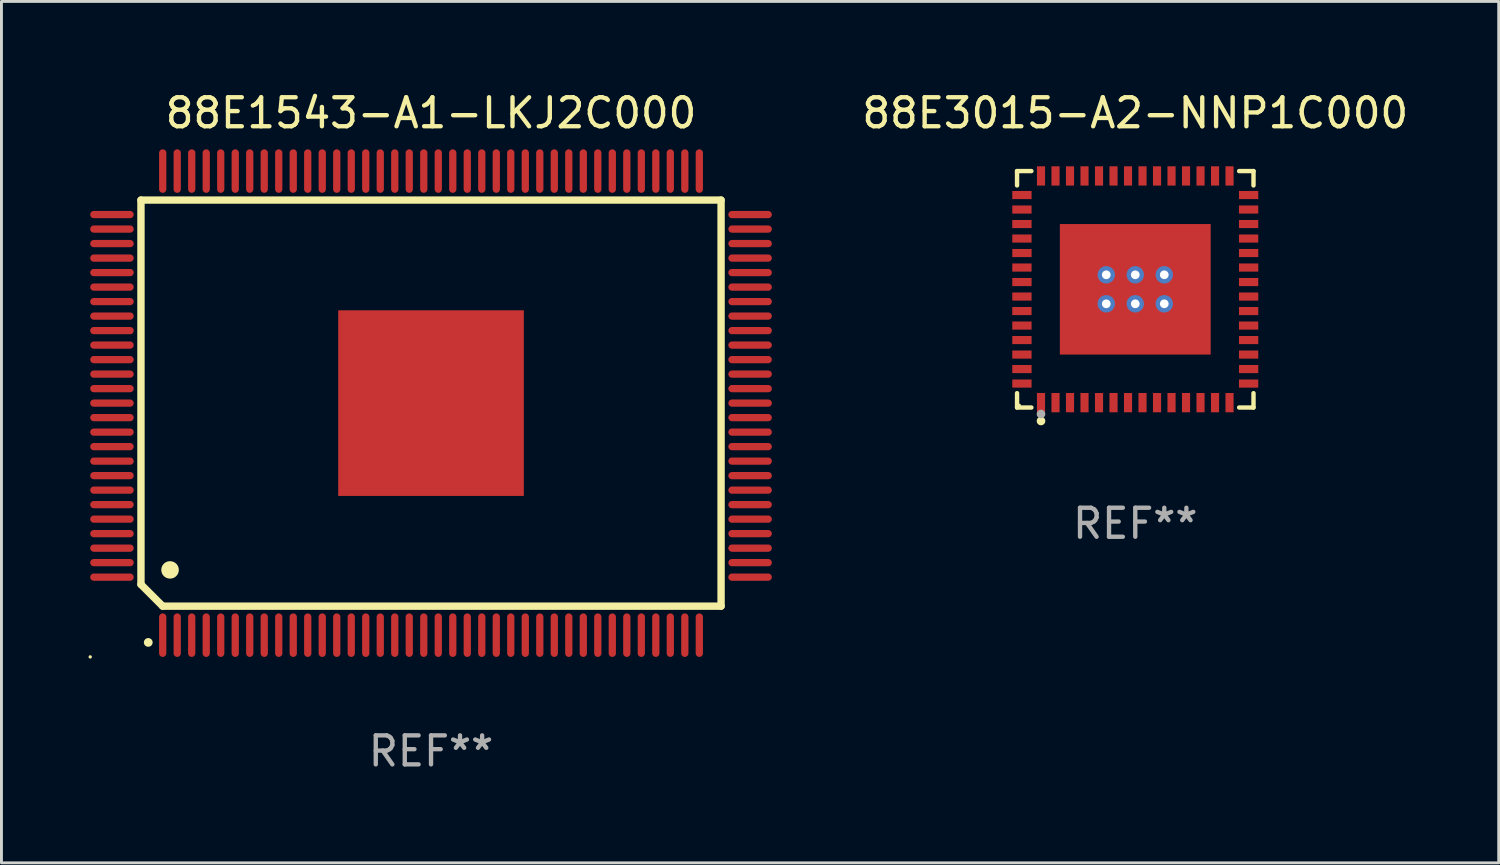
<source format=kicad_pcb>
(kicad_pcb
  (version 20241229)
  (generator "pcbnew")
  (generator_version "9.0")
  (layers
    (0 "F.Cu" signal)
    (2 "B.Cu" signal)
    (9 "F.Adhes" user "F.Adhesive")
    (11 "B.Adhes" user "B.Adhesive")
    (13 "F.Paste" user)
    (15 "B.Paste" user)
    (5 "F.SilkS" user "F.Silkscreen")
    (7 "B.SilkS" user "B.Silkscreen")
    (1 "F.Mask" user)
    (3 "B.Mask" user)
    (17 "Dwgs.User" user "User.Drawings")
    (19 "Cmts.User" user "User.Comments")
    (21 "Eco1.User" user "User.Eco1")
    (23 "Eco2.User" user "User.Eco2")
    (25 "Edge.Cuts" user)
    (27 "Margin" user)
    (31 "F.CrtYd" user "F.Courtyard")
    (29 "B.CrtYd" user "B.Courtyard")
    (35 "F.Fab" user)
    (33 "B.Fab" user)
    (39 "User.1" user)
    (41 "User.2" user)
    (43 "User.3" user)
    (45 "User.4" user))
  (footprint "88E3015-A2-NNP1C000"
    (layer "F.Cu")
    (at 36.09 6.924)
    (property "Reference" "88E3015-A2-NNP1C000" (at 0 -6.076 0) (layer "F.SilkS") (effects (font (size 1 1) (thickness 0.15))))
    (attr through_hole)
    (fp_line (start -4.076 -4.076) (end -3.581 -4.076) (stroke (width 0.152) (type solid)) (layer "F.SilkS"))
    (fp_line (start -4.076 -3.581) (end -4.076 -4.076) (stroke (width 0.152) (type solid)) (layer "F.SilkS"))
    (fp_line (start -4.076 3.581) (end -4.076 4.076) (stroke (width 0.152) (type solid)) (layer "F.SilkS"))
    (fp_line (start -4.076 4.076) (end -3.581 4.076) (stroke (width 0.152) (type solid)) (layer "F.SilkS"))
    (fp_line (start 4.076 -4.076) (end 3.581 -4.076) (stroke (width 0.152) (type solid)) (layer "F.SilkS"))
    (fp_line (start 4.076 -3.581) (end 4.076 -4.076) (stroke (width 0.152) (type solid)) (layer "F.SilkS"))
    (fp_line (start 4.076 3.581) (end 4.076 4.076) (stroke (width 0.152) (type solid)) (layer "F.SilkS"))
    (fp_line (start 4.076 4.076) (end 3.581 4.076) (stroke (width 0.152) (type solid)) (layer "F.SilkS"))
    (fp_circle (center -4 4) (end -3.97 4) (stroke (width 0.06) (type solid)) (fill no) (layer "F.SilkS"))
    (fp_circle (center -3.25 4.54) (end -3.175 4.54) (stroke (width 0.15) (type solid)) (fill no) (layer "F.SilkS"))
    (fp_circle (center -3.25 4.3) (end -3.175 4.3) (stroke (width 0.15) (type solid)) (fill no) (layer "F.Fab"))
    (fp_text user "REF**" (at 0 8.076 0) (layer "F.Fab") (effects (font (size 1 1) (thickness 0.15))))
    (pad "1" smd rect (at -3.25 3.908) (size 0.28 0.665) (layers "F.Cu" "F.Mask" "F.Paste"))
    (pad "2" smd rect (at -2.75 3.908) (size 0.28 0.665) (layers "F.Cu" "F.Mask" "F.Paste"))
    (pad "3" smd rect (at -2.25 3.908) (size 0.28 0.665) (layers "F.Cu" "F.Mask" "F.Paste"))
    (pad "4" smd rect (at -1.75 3.908) (size 0.28 0.665) (layers "F.Cu" "F.Mask" "F.Paste"))
    (pad "5" smd rect (at -1.25 3.908) (size 0.28 0.665) (layers "F.Cu" "F.Mask" "F.Paste"))
    (pad "6" smd rect (at -0.75 3.908) (size 0.28 0.665) (layers "F.Cu" "F.Mask" "F.Paste"))
    (pad "7" smd rect (at -0.25 3.908) (size 0.28 0.665) (layers "F.Cu" "F.Mask" "F.Paste"))
    (pad "8" smd rect (at 0.25 3.908) (size 0.28 0.665) (layers "F.Cu" "F.Mask" "F.Paste"))
    (pad "9" smd rect (at 0.75 3.908) (size 0.28 0.665) (layers "F.Cu" "F.Mask" "F.Paste"))
    (pad "10" smd rect (at 1.25 3.908) (size 0.28 0.665) (layers "F.Cu" "F.Mask" "F.Paste"))
    (pad "11" smd rect (at 1.75 3.908) (size 0.28 0.665) (layers "F.Cu" "F.Mask" "F.Paste"))
    (pad "12" smd rect (at 2.25 3.908) (size 0.28 0.665) (layers "F.Cu" "F.Mask" "F.Paste"))
    (pad "13" smd rect (at 2.75 3.908) (size 0.28 0.665) (layers "F.Cu" "F.Mask" "F.Paste"))
    (pad "14" smd rect (at 3.25 3.908) (size 0.28 0.665) (layers "F.Cu" "F.Mask" "F.Paste"))
    (pad "15" smd rect (at 3.908 3.25) (size 0.665 0.28) (layers "F.Cu" "F.Mask" "F.Paste"))
    (pad "16" smd rect (at 3.908 2.75) (size 0.665 0.28) (layers "F.Cu" "F.Mask" "F.Paste"))
    (pad "17" smd rect (at 3.908 2.25) (size 0.665 0.28) (layers "F.Cu" "F.Mask" "F.Paste"))
    (pad "18" smd rect (at 3.908 1.75) (size 0.665 0.28) (layers "F.Cu" "F.Mask" "F.Paste"))
    (pad "19" smd rect (at 3.908 1.25) (size 0.665 0.28) (layers "F.Cu" "F.Mask" "F.Paste"))
    (pad "20" smd rect (at 3.908 0.75) (size 0.665 0.28) (layers "F.Cu" "F.Mask" "F.Paste"))
    (pad "21" smd rect (at 3.908 0.25) (size 0.665 0.28) (layers "F.Cu" "F.Mask" "F.Paste"))
    (pad "22" smd rect (at 3.908 -0.25) (size 0.665 0.28) (layers "F.Cu" "F.Mask" "F.Paste"))
    (pad "23" smd rect (at 3.908 -0.75) (size 0.665 0.28) (layers "F.Cu" "F.Mask" "F.Paste"))
    (pad "24" smd rect (at 3.908 -1.25) (size 0.665 0.28) (layers "F.Cu" "F.Mask" "F.Paste"))
    (pad "25" smd rect (at 3.908 -1.75) (size 0.665 0.28) (layers "F.Cu" "F.Mask" "F.Paste"))
    (pad "26" smd rect (at 3.908 -2.25) (size 0.665 0.28) (layers "F.Cu" "F.Mask" "F.Paste"))
    (pad "27" smd rect (at 3.908 -2.75) (size 0.665 0.28) (layers "F.Cu" "F.Mask" "F.Paste"))
    (pad "28" smd rect (at 3.908 -3.25) (size 0.665 0.28) (layers "F.Cu" "F.Mask" "F.Paste"))
    (pad "29" smd rect (at 3.25 -3.908) (size 0.28 0.665) (layers "F.Cu" "F.Mask" "F.Paste"))
    (pad "30" smd rect (at 2.75 -3.908) (size 0.28 0.665) (layers "F.Cu" "F.Mask" "F.Paste"))
    (pad "31" smd rect (at 2.25 -3.908) (size 0.28 0.665) (layers "F.Cu" "F.Mask" "F.Paste"))
    (pad "32" smd rect (at 1.75 -3.908) (size 0.28 0.665) (layers "F.Cu" "F.Mask" "F.Paste"))
    (pad "33" smd rect (at 1.25 -3.908) (size 0.28 0.665) (layers "F.Cu" "F.Mask" "F.Paste"))
    (pad "34" smd rect (at 0.75 -3.908) (size 0.28 0.665) (layers "F.Cu" "F.Mask" "F.Paste"))
    (pad "35" smd rect (at 0.25 -3.908) (size 0.28 0.665) (layers "F.Cu" "F.Mask" "F.Paste"))
    (pad "36" smd rect (at -0.25 -3.908) (size 0.28 0.665) (layers "F.Cu" "F.Mask" "F.Paste"))
    (pad "37" smd rect (at -0.75 -3.908) (size 0.28 0.665) (layers "F.Cu" "F.Mask" "F.Paste"))
    (pad "38" smd rect (at -1.25 -3.908) (size 0.28 0.665) (layers "F.Cu" "F.Mask" "F.Paste"))
    (pad "39" smd rect (at -1.75 -3.908) (size 0.28 0.665) (layers "F.Cu" "F.Mask" "F.Paste"))
    (pad "40" smd rect (at -2.25 -3.908) (size 0.28 0.665) (layers "F.Cu" "F.Mask" "F.Paste"))
    (pad "41" smd rect (at -2.75 -3.908) (size 0.28 0.665) (layers "F.Cu" "F.Mask" "F.Paste"))
    (pad "42" smd rect (at -3.25 -3.908) (size 0.28 0.665) (layers "F.Cu" "F.Mask" "F.Paste"))
    (pad "43" smd rect (at -3.908 -3.25) (size 0.665 0.28) (layers "F.Cu" "F.Mask" "F.Paste"))
    (pad "44" smd rect (at -3.908 -2.75) (size 0.665 0.28) (layers "F.Cu" "F.Mask" "F.Paste"))
    (pad "45" smd rect (at -3.908 -2.25) (size 0.665 0.28) (layers "F.Cu" "F.Mask" "F.Paste"))
    (pad "46" smd rect (at -3.908 -1.75) (size 0.665 0.28) (layers "F.Cu" "F.Mask" "F.Paste"))
    (pad "47" smd rect (at -3.908 -1.25) (size 0.665 0.28) (layers "F.Cu" "F.Mask" "F.Paste"))
    (pad "48" smd rect (at -3.908 -0.75) (size 0.665 0.28) (layers "F.Cu" "F.Mask" "F.Paste"))
    (pad "49" smd rect (at -3.908 -0.25) (size 0.665 0.28) (layers "F.Cu" "F.Mask" "F.Paste"))
    (pad "50" smd rect (at -3.908 0.25) (size 0.665 0.28) (layers "F.Cu" "F.Mask" "F.Paste"))
    (pad "51" smd rect (at -3.908 0.75) (size 0.665 0.28) (layers "F.Cu" "F.Mask" "F.Paste"))
    (pad "52" smd rect (at -3.908 1.25) (size 0.665 0.28) (layers "F.Cu" "F.Mask" "F.Paste"))
    (pad "53" smd rect (at -3.908 1.75) (size 0.665 0.28) (layers "F.Cu" "F.Mask" "F.Paste"))
    (pad "54" smd rect (at -3.908 2.25) (size 0.665 0.28) (layers "F.Cu" "F.Mask" "F.Paste"))
    (pad "55" smd rect (at -3.908 2.75) (size 0.665 0.28) (layers "F.Cu" "F.Mask" "F.Paste"))
    (pad "56" smd rect (at -3.908 3.25) (size 0.665 0.28) (layers "F.Cu" "F.Mask" "F.Paste"))
    (pad "57" thru_hole circle (at -1 -0.5) (size 0.6 0.6) (drill 0.3) (layers "*.Cu" "*.Mask"))
    (pad "57" thru_hole circle (at -1 0.5) (size 0.6 0.6) (drill 0.3) (layers "*.Cu" "*.Mask"))
    (pad "57" thru_hole circle (at 0 -0.5) (size 0.6 0.6) (drill 0.3) (layers "*.Cu" "*.Mask"))
    (pad "57" smd rect (at 0 0) (size 5.2 4.5) (layers "F.Cu" "F.Mask" "F.Paste"))
    (pad "57" thru_hole circle (at 0 0.5) (size 0.6 0.6) (drill 0.3) (layers "*.Cu" "*.Mask"))
    (pad "57" thru_hole circle (at 1 -0.5) (size 0.6 0.6) (drill 0.3) (layers "*.Cu" "*.Mask"))
    (pad "57" thru_hole circle (at 1 0.5) (size 0.6 0.6) (drill 0.3) (layers "*.Cu" "*.Mask")))
  (footprint "88E1543-A1-LKJ2C000"
    (layer "F.Cu")
    (at 11.81 10.848)
    (property "Reference" "88E1543-A1-LKJ2C000" (at 0 -10 0) (layer "F.SilkS") (effects (font (size 1 1) (thickness 0.15))))
    (attr through_hole)
    (fp_line (start -10 -7) (end -10 6.25) (stroke (width 0.254) (type solid)) (layer "F.SilkS"))
    (fp_line (start -10 -7) (end 10 -7) (stroke (width 0.254) (type solid)) (layer "F.SilkS"))
    (fp_line (start -9.252 7) (end -10 6.252) (stroke (width 0.254) (type solid)) (layer "F.SilkS"))
    (fp_line (start 10 -7) (end 10 7) (stroke (width 0.254) (type solid)) (layer "F.SilkS"))
    (fp_line (start 10 7) (end -9.252 7) (stroke (width 0.254) (type solid)) (layer "F.SilkS"))
    (fp_arc (start -9.750013 8.250013) (mid -9.748743 8.250008) (end -9.747473 8.250013) (stroke (width 0.3) (type solid)) (layer "F.SilkS"))
    (fp_arc (start -9.000025 5.750013) (mid -8.997485 5.750002) (end -8.994945 5.750013) (stroke (width 0.6) (type solid)) (layer "F.SilkS"))
    (fp_circle (center -11.75 8.75) (end -11.72 8.75) (stroke (width 0.06) (type solid)) (fill no) (layer "F.SilkS"))
    (fp_text user "REF**" (at 0 12 0) (layer "F.Fab") (effects (font (size 1 1) (thickness 0.15))))
    (pad "1" smd oval (at -9.25 8) (size 0.25 1.5) (layers "F.Cu" "F.Mask" "F.Paste"))
    (pad "2" smd oval (at -8.75 8) (size 0.25 1.5) (layers "F.Cu" "F.Mask" "F.Paste"))
    (pad "3" smd oval (at -8.25 8) (size 0.25 1.5) (layers "F.Cu" "F.Mask" "F.Paste"))
    (pad "4" smd oval (at -7.75 8) (size 0.25 1.5) (layers "F.Cu" "F.Mask" "F.Paste"))
    (pad "5" smd oval (at -7.25 8) (size 0.25 1.5) (layers "F.Cu" "F.Mask" "F.Paste"))
    (pad "6" smd oval (at -6.75 8) (size 0.25 1.5) (layers "F.Cu" "F.Mask" "F.Paste"))
    (pad "7" smd oval (at -6.25 8) (size 0.25 1.5) (layers "F.Cu" "F.Mask" "F.Paste"))
    (pad "8" smd oval (at -5.75 8) (size 0.25 1.5) (layers "F.Cu" "F.Mask" "F.Paste"))
    (pad "9" smd oval (at -5.25 8) (size 0.25 1.5) (layers "F.Cu" "F.Mask" "F.Paste"))
    (pad "10" smd oval (at -4.75 8) (size 0.25 1.5) (layers "F.Cu" "F.Mask" "F.Paste"))
    (pad "11" smd oval (at -4.25 8) (size 0.25 1.5) (layers "F.Cu" "F.Mask" "F.Paste"))
    (pad "12" smd oval (at -3.75 8) (size 0.25 1.5) (layers "F.Cu" "F.Mask" "F.Paste"))
    (pad "13" smd oval (at -3.25 8) (size 0.25 1.5) (layers "F.Cu" "F.Mask" "F.Paste"))
    (pad "14" smd oval (at -2.75 8) (size 0.25 1.5) (layers "F.Cu" "F.Mask" "F.Paste"))
    (pad "15" smd oval (at -2.25 8) (size 0.25 1.5) (layers "F.Cu" "F.Mask" "F.Paste"))
    (pad "16" smd oval (at -1.75 8) (size 0.25 1.5) (layers "F.Cu" "F.Mask" "F.Paste"))
    (pad "17" smd oval (at -1.25 8) (size 0.25 1.5) (layers "F.Cu" "F.Mask" "F.Paste"))
    (pad "18" smd oval (at -0.75 8) (size 0.25 1.5) (layers "F.Cu" "F.Mask" "F.Paste"))
    (pad "19" smd oval (at -0.25 8) (size 0.25 1.5) (layers "F.Cu" "F.Mask" "F.Paste"))
    (pad "20" smd oval (at 0.25 8) (size 0.25 1.5) (layers "F.Cu" "F.Mask" "F.Paste"))
    (pad "21" smd oval (at 0.75 8) (size 0.25 1.5) (layers "F.Cu" "F.Mask" "F.Paste"))
    (pad "22" smd oval (at 1.25 8) (size 0.25 1.5) (layers "F.Cu" "F.Mask" "F.Paste"))
    (pad "23" smd oval (at 1.75 8) (size 0.25 1.5) (layers "F.Cu" "F.Mask" "F.Paste"))
    (pad "24" smd oval (at 2.25 8) (size 0.25 1.5) (layers "F.Cu" "F.Mask" "F.Paste"))
    (pad "25" smd oval (at 2.75 8) (size 0.25 1.5) (layers "F.Cu" "F.Mask" "F.Paste"))
    (pad "26" smd oval (at 3.25 8) (size 0.25 1.5) (layers "F.Cu" "F.Mask" "F.Paste"))
    (pad "27" smd oval (at 3.75 8) (size 0.25 1.5) (layers "F.Cu" "F.Mask" "F.Paste"))
    (pad "28" smd oval (at 4.25 8) (size 0.25 1.5) (layers "F.Cu" "F.Mask" "F.Paste"))
    (pad "29" smd oval (at 4.75 8) (size 0.25 1.5) (layers "F.Cu" "F.Mask" "F.Paste"))
    (pad "30" smd oval (at 5.25 8) (size 0.25 1.5) (layers "F.Cu" "F.Mask" "F.Paste"))
    (pad "31" smd oval (at 5.75 8) (size 0.25 1.5) (layers "F.Cu" "F.Mask" "F.Paste"))
    (pad "32" smd oval (at 6.25 8) (size 0.25 1.5) (layers "F.Cu" "F.Mask" "F.Paste"))
    (pad "33" smd oval (at 6.75 8 180) (size 0.25 1.5) (layers "F.Cu" "F.Mask" "F.Paste"))
    (pad "34" smd oval (at 7.25 8 180) (size 0.25 1.5) (layers "F.Cu" "F.Mask" "F.Paste"))
    (pad "35" smd oval (at 7.75 8 180) (size 0.25 1.5) (layers "F.Cu" "F.Mask" "F.Paste"))
    (pad "36" smd oval (at 8.25 8 180) (size 0.25 1.5) (layers "F.Cu" "F.Mask" "F.Paste"))
    (pad "37" smd oval (at 8.75 8 180) (size 0.25 1.5) (layers "F.Cu" "F.Mask" "F.Paste"))
    (pad "38" smd oval (at 9.25 8 180) (size 0.25 1.5) (layers "F.Cu" "F.Mask" "F.Paste"))
    (pad "39" smd oval (at 11 6 270) (size 0.25 1.5) (layers "F.Cu" "F.Mask" "F.Paste"))
    (pad "40" smd oval (at 11 5.5 270) (size 0.25 1.5) (layers "F.Cu" "F.Mask" "F.Paste"))
    (pad "41" smd oval (at 11 5 270) (size 0.25 1.5) (layers "F.Cu" "F.Mask" "F.Paste"))
    (pad "42" smd oval (at 11 4.5 270) (size 0.25 1.5) (layers "F.Cu" "F.Mask" "F.Paste"))
    (pad "43" smd oval (at 11 4 270) (size 0.25 1.5) (layers "F.Cu" "F.Mask" "F.Paste"))
    (pad "44" smd oval (at 11 3.5 270) (size 0.25 1.5) (layers "F.Cu" "F.Mask" "F.Paste"))
    (pad "45" smd oval (at 11 3 270) (size 0.25 1.5) (layers "F.Cu" "F.Mask" "F.Paste"))
    (pad "46" smd oval (at 11 2.5 270) (size 0.25 1.5) (layers "F.Cu" "F.Mask" "F.Paste"))
    (pad "47" smd oval (at 11 2 270) (size 0.25 1.5) (layers "F.Cu" "F.Mask" "F.Paste"))
    (pad "48" smd oval (at 11 1.5 270) (size 0.25 1.5) (layers "F.Cu" "F.Mask" "F.Paste"))
    (pad "49" smd oval (at 11 1 270) (size 0.25 1.5) (layers "F.Cu" "F.Mask" "F.Paste"))
    (pad "50" smd oval (at 11 0.5 270) (size 0.25 1.5) (layers "F.Cu" "F.Mask" "F.Paste"))
    (pad "51" smd oval (at 11 0 270) (size 0.25 1.5) (layers "F.Cu" "F.Mask" "F.Paste"))
    (pad "52" smd oval (at 11 -0.5 270) (size 0.25 1.5) (layers "F.Cu" "F.Mask" "F.Paste"))
    (pad "53" smd oval (at 11 -1 270) (size 0.25 1.5) (layers "F.Cu" "F.Mask" "F.Paste"))
    (pad "54" smd oval (at 11 -1.5 270) (size 0.25 1.5) (layers "F.Cu" "F.Mask" "F.Paste"))
    (pad "55" smd oval (at 11 -2 270) (size 0.25 1.5) (layers "F.Cu" "F.Mask" "F.Paste"))
    (pad "56" smd oval (at 11 -2.5 270) (size 0.25 1.5) (layers "F.Cu" "F.Mask" "F.Paste"))
    (pad "57" smd oval (at 11 -3 270) (size 0.25 1.5) (layers "F.Cu" "F.Mask" "F.Paste"))
    (pad "58" smd oval (at 11 -3.5 270) (size 0.25 1.5) (layers "F.Cu" "F.Mask" "F.Paste"))
    (pad "59" smd oval (at 11 -4 270) (size 0.25 1.5) (layers "F.Cu" "F.Mask" "F.Paste"))
    (pad "60" smd oval (at 11 -4.5 270) (size 0.25 1.5) (layers "F.Cu" "F.Mask" "F.Paste"))
    (pad "61" smd oval (at 11 -5 270) (size 0.25 1.5) (layers "F.Cu" "F.Mask" "F.Paste"))
    (pad "62" smd oval (at 11 -5.5 270) (size 0.25 1.5) (layers "F.Cu" "F.Mask" "F.Paste"))
    (pad "63" smd oval (at 11 -6 270) (size 0.25 1.5) (layers "F.Cu" "F.Mask" "F.Paste"))
    (pad "64" smd oval (at 11 -6.5 270) (size 0.25 1.5) (layers "F.Cu" "F.Mask" "F.Paste"))
    (pad "65" smd oval (at 9.25 -8 180) (size 0.25 1.5) (layers "F.Cu" "F.Mask" "F.Paste"))
    (pad "66" smd oval (at 8.75 -8 180) (size 0.25 1.5) (layers "F.Cu" "F.Mask" "F.Paste"))
    (pad "67" smd oval (at 8.25 -8 180) (size 0.25 1.5) (layers "F.Cu" "F.Mask" "F.Paste"))
    (pad "68" smd oval (at 7.75 -8 180) (size 0.25 1.5) (layers "F.Cu" "F.Mask" "F.Paste"))
    (pad "69" smd oval (at 7.25 -8 180) (size 0.25 1.5) (layers "F.Cu" "F.Mask" "F.Paste"))
    (pad "70" smd oval (at 6.75 -8 180) (size 0.25 1.5) (layers "F.Cu" "F.Mask" "F.Paste"))
    (pad "71" smd oval (at 6.25 -8 180) (size 0.25 1.5) (layers "F.Cu" "F.Mask" "F.Paste"))
    (pad "72" smd oval (at 5.75 -8 180) (size 0.25 1.5) (layers "F.Cu" "F.Mask" "F.Paste"))
    (pad "73" smd oval (at 5.25 -8 180) (size 0.25 1.5) (layers "F.Cu" "F.Mask" "F.Paste"))
    (pad "74" smd oval (at 4.75 -8 180) (size 0.25 1.5) (layers "F.Cu" "F.Mask" "F.Paste"))
    (pad "75" smd oval (at 4.25 -8 180) (size 0.25 1.5) (layers "F.Cu" "F.Mask" "F.Paste"))
    (pad "76" smd oval (at 3.75 -8 180) (size 0.25 1.5) (layers "F.Cu" "F.Mask" "F.Paste"))
    (pad "77" smd oval (at 3.25 -8 180) (size 0.25 1.5) (layers "F.Cu" "F.Mask" "F.Paste"))
    (pad "78" smd oval (at 2.75 -8 180) (size 0.25 1.5) (layers "F.Cu" "F.Mask" "F.Paste"))
    (pad "79" smd oval (at 2.25 -8 180) (size 0.25 1.5) (layers "F.Cu" "F.Mask" "F.Paste"))
    (pad "80" smd oval (at 1.75 -8 180) (size 0.25 1.5) (layers "F.Cu" "F.Mask" "F.Paste"))
    (pad "81" smd oval (at 1.25 -8 180) (size 0.25 1.5) (layers "F.Cu" "F.Mask" "F.Paste"))
    (pad "82" smd oval (at 0.75 -8 180) (size 0.25 1.5) (layers "F.Cu" "F.Mask" "F.Paste"))
    (pad "83" smd oval (at 0.25 -8 180) (size 0.25 1.5) (layers "F.Cu" "F.Mask" "F.Paste"))
    (pad "84" smd oval (at -0.25 -8 180) (size 0.25 1.5) (layers "F.Cu" "F.Mask" "F.Paste"))
    (pad "85" smd oval (at -0.75 -8 180) (size 0.25 1.5) (layers "F.Cu" "F.Mask" "F.Paste"))
    (pad "86" smd oval (at -1.25 -8 180) (size 0.25 1.5) (layers "F.Cu" "F.Mask" "F.Paste"))
    (pad "87" smd oval (at -1.75 -8 180) (size 0.25 1.5) (layers "F.Cu" "F.Mask" "F.Paste"))
    (pad "88" smd oval (at -2.25 -8 180) (size 0.25 1.5) (layers "F.Cu" "F.Mask" "F.Paste"))
    (pad "89" smd oval (at -2.75 -8 180) (size 0.25 1.5) (layers "F.Cu" "F.Mask" "F.Paste"))
    (pad "90" smd oval (at -3.25 -8 180) (size 0.25 1.5) (layers "F.Cu" "F.Mask" "F.Paste"))
    (pad "91" smd oval (at -3.75 -8 180) (size 0.25 1.5) (layers "F.Cu" "F.Mask" "F.Paste"))
    (pad "92" smd oval (at -4.25 -8 180) (size 0.25 1.5) (layers "F.Cu" "F.Mask" "F.Paste"))
    (pad "93" smd oval (at -4.75 -8 180) (size 0.25 1.5) (layers "F.Cu" "F.Mask" "F.Paste"))
    (pad "94" smd oval (at -5.25 -8 180) (size 0.25 1.5) (layers "F.Cu" "F.Mask" "F.Paste"))
    (pad "95" smd oval (at -5.75 -8 180) (size 0.25 1.5) (layers "F.Cu" "F.Mask" "F.Paste"))
    (pad "96" smd oval (at -6.25 -8 180) (size 0.25 1.5) (layers "F.Cu" "F.Mask" "F.Paste"))
    (pad "97" smd oval (at -6.75 -8 180) (size 0.25 1.5) (layers "F.Cu" "F.Mask" "F.Paste"))
    (pad "98" smd oval (at -7.25 -8 180) (size 0.25 1.5) (layers "F.Cu" "F.Mask" "F.Paste"))
    (pad "99" smd oval (at -7.75 -8 180) (size 0.25 1.5) (layers "F.Cu" "F.Mask" "F.Paste"))
    (pad "100" smd oval (at -8.25 -8 180) (size 0.25 1.5) (layers "F.Cu" "F.Mask" "F.Paste"))
    (pad "101" smd oval (at -8.75 -8 180) (size 0.25 1.5) (layers "F.Cu" "F.Mask" "F.Paste"))
    (pad "102" smd oval (at -9.25 -8) (size 0.25 1.5) (layers "F.Cu" "F.Mask" "F.Paste"))
    (pad "103" smd oval (at -11 -6.5 270) (size 0.25 1.5) (layers "F.Cu" "F.Mask" "F.Paste"))
    (pad "104" smd oval (at -11 -6 270) (size 0.25 1.5) (layers "F.Cu" "F.Mask" "F.Paste"))
    (pad "105" smd oval (at -11 -5.5 270) (size 0.25 1.5) (layers "F.Cu" "F.Mask" "F.Paste"))
    (pad "106" smd oval (at -11 -5 270) (size 0.25 1.5) (layers "F.Cu" "F.Mask" "F.Paste"))
    (pad "107" smd oval (at -11 -4.5 270) (size 0.25 1.5) (layers "F.Cu" "F.Mask" "F.Paste"))
    (pad "108" smd oval (at -11 -4 270) (size 0.25 1.5) (layers "F.Cu" "F.Mask" "F.Paste"))
    (pad "109" smd oval (at -11 -3.5 270) (size 0.25 1.5) (layers "F.Cu" "F.Mask" "F.Paste"))
    (pad "110" smd oval (at -11 -3 270) (size 0.25 1.5) (layers "F.Cu" "F.Mask" "F.Paste"))
    (pad "111" smd oval (at -11 -2.5 270) (size 0.25 1.5) (layers "F.Cu" "F.Mask" "F.Paste"))
    (pad "112" smd oval (at -11 -2 270) (size 0.25 1.5) (layers "F.Cu" "F.Mask" "F.Paste"))
    (pad "113" smd oval (at -11 -1.5 270) (size 0.25 1.5) (layers "F.Cu" "F.Mask" "F.Paste"))
    (pad "114" smd oval (at -11 -1 270) (size 0.25 1.5) (layers "F.Cu" "F.Mask" "F.Paste"))
    (pad "115" smd oval (at -11 -0.5 270) (size 0.25 1.5) (layers "F.Cu" "F.Mask" "F.Paste"))
    (pad "116" smd oval (at -11 0 270) (size 0.25 1.5) (layers "F.Cu" "F.Mask" "F.Paste"))
    (pad "117" smd oval (at -11 0.5 270) (size 0.25 1.5) (layers "F.Cu" "F.Mask" "F.Paste"))
    (pad "118" smd oval (at -11 1 270) (size 0.25 1.5) (layers "F.Cu" "F.Mask" "F.Paste"))
    (pad "119" smd oval (at -11 1.5 270) (size 0.25 1.5) (layers "F.Cu" "F.Mask" "F.Paste"))
    (pad "120" smd oval (at -11 2 270) (size 0.25 1.5) (layers "F.Cu" "F.Mask" "F.Paste"))
    (pad "121" smd oval (at -11 2.5 270) (size 0.25 1.5) (layers "F.Cu" "F.Mask" "F.Paste"))
    (pad "122" smd oval (at -11 3 270) (size 0.25 1.5) (layers "F.Cu" "F.Mask" "F.Paste"))
    (pad "123" smd oval (at -11 3.5 270) (size 0.25 1.5) (layers "F.Cu" "F.Mask" "F.Paste"))
    (pad "124" smd oval (at -11 4 270) (size 0.25 1.5) (layers "F.Cu" "F.Mask" "F.Paste"))
    (pad "125" smd oval (at -11 4.5 270) (size 0.25 1.5) (layers "F.Cu" "F.Mask" "F.Paste"))
    (pad "126" smd oval (at -11 5 270) (size 0.25 1.5) (layers "F.Cu" "F.Mask" "F.Paste"))
    (pad "127" smd oval (at -11 5.5 270) (size 0.25 1.5) (layers "F.Cu" "F.Mask" "F.Paste"))
    (pad "128" smd oval (at -11 6 270) (size 0.25 1.5) (layers "F.Cu" "F.Mask" "F.Paste"))
    (pad "129" smd rect (at 0 0 180) (size 6.4 6.4) (layers "F.Cu" "F.Mask" "F.Paste")))
  (gr_rect
    (start -3 -3)
    (end 48.62 26.697)
    (stroke (width 0.1) (type default))
    (fill no)
    (layer "Edge.Cuts")))
</source>
